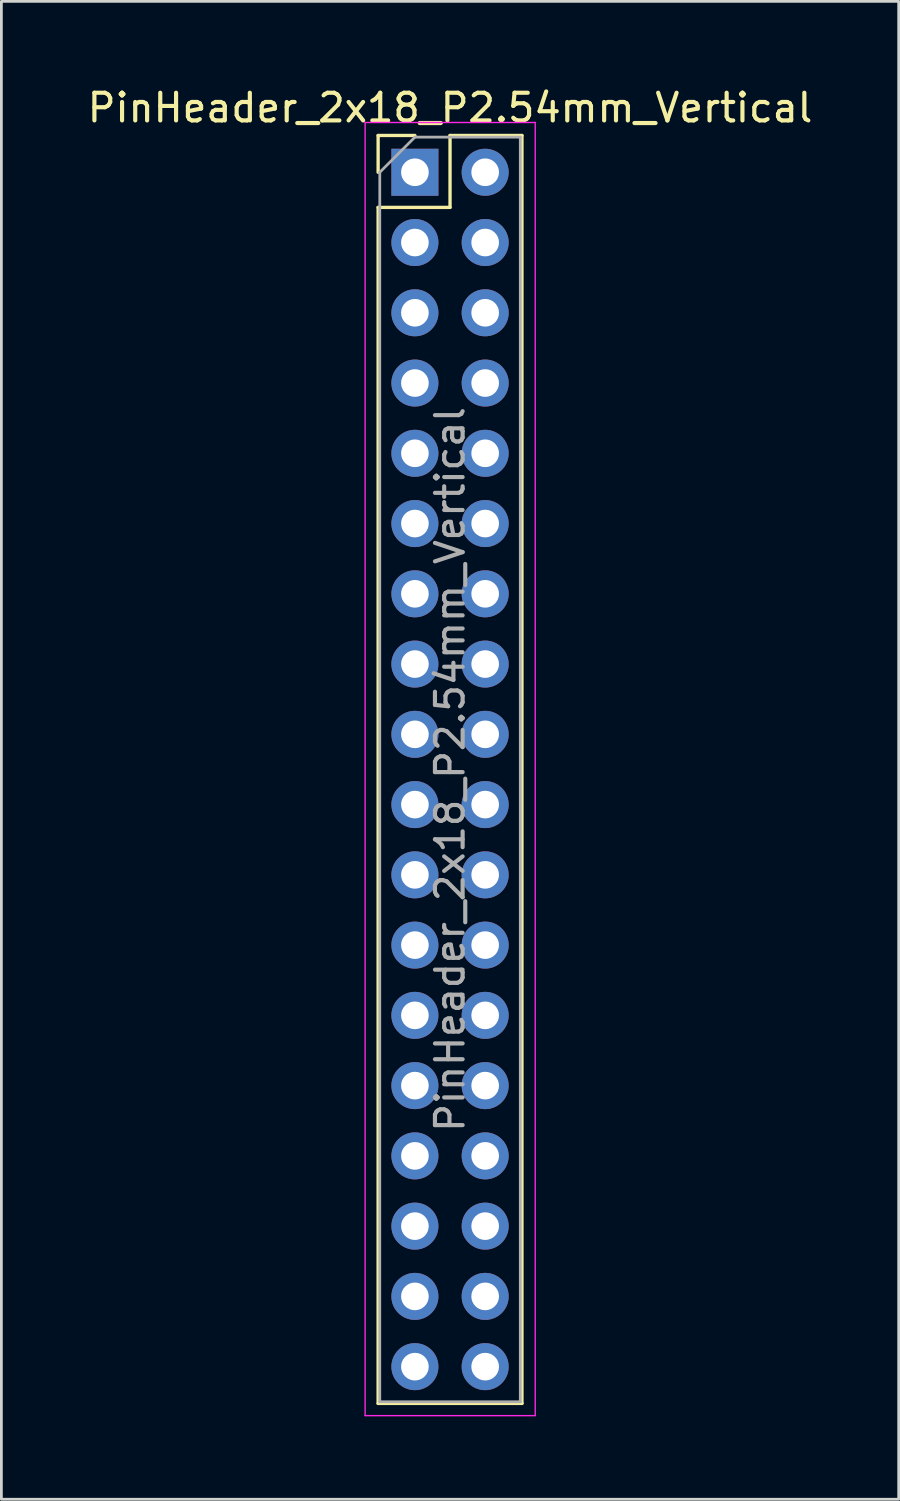
<source format=kicad_pcb>
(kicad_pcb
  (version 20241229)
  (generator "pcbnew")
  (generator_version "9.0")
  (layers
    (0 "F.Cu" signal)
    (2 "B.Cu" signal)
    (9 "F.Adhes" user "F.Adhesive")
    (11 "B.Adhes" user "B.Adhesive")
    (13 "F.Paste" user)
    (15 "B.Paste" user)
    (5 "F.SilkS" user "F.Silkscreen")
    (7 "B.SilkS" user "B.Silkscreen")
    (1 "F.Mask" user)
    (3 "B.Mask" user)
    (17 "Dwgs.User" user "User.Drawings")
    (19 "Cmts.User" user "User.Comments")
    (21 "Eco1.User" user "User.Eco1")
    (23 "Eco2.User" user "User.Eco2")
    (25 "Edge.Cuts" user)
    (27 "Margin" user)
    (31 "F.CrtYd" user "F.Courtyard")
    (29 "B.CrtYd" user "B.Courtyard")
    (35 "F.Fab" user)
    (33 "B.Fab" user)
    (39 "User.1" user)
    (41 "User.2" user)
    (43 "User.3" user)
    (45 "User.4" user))
  (footprint "PinHeader_2x18_P2.54mm_Vertical"
    (layer "F.Cu")
    (at 11.95 3.178)
    (property "Reference" "PinHeader_2x18_P2.54mm_Vertical" (at 1.27 -2.33 0) (layer "F.SilkS") (effects (font (size 1 1) (thickness 0.15))))
    (attr through_hole)
    (fp_line (start -1.33 -1.33) (end 0 -1.33) (stroke (width 0.12) (type solid)) (layer "F.SilkS"))
    (fp_line (start -1.33 0) (end -1.33 -1.33) (stroke (width 0.12) (type solid)) (layer "F.SilkS"))
    (fp_line (start -1.33 1.27) (end -1.33 44.51) (stroke (width 0.12) (type solid)) (layer "F.SilkS"))
    (fp_line (start -1.33 1.27) (end 1.27 1.27) (stroke (width 0.12) (type solid)) (layer "F.SilkS"))
    (fp_line (start -1.33 44.51) (end 3.87 44.51) (stroke (width 0.12) (type solid)) (layer "F.SilkS"))
    (fp_line (start 1.27 -1.33) (end 3.87 -1.33) (stroke (width 0.12) (type solid)) (layer "F.SilkS"))
    (fp_line (start 1.27 1.27) (end 1.27 -1.33) (stroke (width 0.12) (type solid)) (layer "F.SilkS"))
    (fp_line (start 3.87 -1.33) (end 3.87 44.51) (stroke (width 0.12) (type solid)) (layer "F.SilkS"))
    (fp_line (start -1.8 -1.8) (end -1.8 44.95) (stroke (width 0.05) (type solid)) (layer "F.CrtYd"))
    (fp_line (start -1.8 44.95) (end 4.35 44.95) (stroke (width 0.05) (type solid)) (layer "F.CrtYd"))
    (fp_line (start 4.35 -1.8) (end -1.8 -1.8) (stroke (width 0.05) (type solid)) (layer "F.CrtYd"))
    (fp_line (start 4.35 44.95) (end 4.35 -1.8) (stroke (width 0.05) (type solid)) (layer "F.CrtYd"))
    (fp_line (start -1.27 0) (end 0 -1.27) (stroke (width 0.1) (type solid)) (layer "F.Fab"))
    (fp_line (start -1.27 44.45) (end -1.27 0) (stroke (width 0.1) (type solid)) (layer "F.Fab"))
    (fp_line (start 0 -1.27) (end 3.81 -1.27) (stroke (width 0.1) (type solid)) (layer "F.Fab"))
    (fp_line (start 3.81 -1.27) (end 3.81 44.45) (stroke (width 0.1) (type solid)) (layer "F.Fab"))
    (fp_line (start 3.81 44.45) (end -1.27 44.45) (stroke (width 0.1) (type solid)) (layer "F.Fab"))
    (fp_text user "${REFERENCE}" (at 1.27 21.59 90) (layer "F.Fab") (effects (font (size 1 1) (thickness 0.15))))
    (pad "1" thru_hole rect (at 0 0) (size 1.7 1.7) (drill 1) (layers "*.Cu" "*.Mask"))
    (pad "2" thru_hole oval (at 2.54 0) (size 1.7 1.7) (drill 1) (layers "*.Cu" "*.Mask"))
    (pad "3" thru_hole oval (at 0 2.54) (size 1.7 1.7) (drill 1) (layers "*.Cu" "*.Mask"))
    (pad "4" thru_hole oval (at 2.54 2.54) (size 1.7 1.7) (drill 1) (layers "*.Cu" "*.Mask"))
    (pad "5" thru_hole oval (at 0 5.08) (size 1.7 1.7) (drill 1) (layers "*.Cu" "*.Mask"))
    (pad "6" thru_hole oval (at 2.54 5.08) (size 1.7 1.7) (drill 1) (layers "*.Cu" "*.Mask"))
    (pad "7" thru_hole oval (at 0 7.62) (size 1.7 1.7) (drill 1) (layers "*.Cu" "*.Mask"))
    (pad "8" thru_hole oval (at 2.54 7.62) (size 1.7 1.7) (drill 1) (layers "*.Cu" "*.Mask"))
    (pad "9" thru_hole oval (at 0 10.16) (size 1.7 1.7) (drill 1) (layers "*.Cu" "*.Mask"))
    (pad "10" thru_hole oval (at 2.54 10.16) (size 1.7 1.7) (drill 1) (layers "*.Cu" "*.Mask"))
    (pad "11" thru_hole oval (at 0 12.7) (size 1.7 1.7) (drill 1) (layers "*.Cu" "*.Mask"))
    (pad "12" thru_hole oval (at 2.54 12.7) (size 1.7 1.7) (drill 1) (layers "*.Cu" "*.Mask"))
    (pad "13" thru_hole oval (at 0 15.24) (size 1.7 1.7) (drill 1) (layers "*.Cu" "*.Mask"))
    (pad "14" thru_hole oval (at 2.54 15.24) (size 1.7 1.7) (drill 1) (layers "*.Cu" "*.Mask"))
    (pad "15" thru_hole oval (at 0 17.78) (size 1.7 1.7) (drill 1) (layers "*.Cu" "*.Mask"))
    (pad "16" thru_hole oval (at 2.54 17.78) (size 1.7 1.7) (drill 1) (layers "*.Cu" "*.Mask"))
    (pad "17" thru_hole oval (at 0 20.32) (size 1.7 1.7) (drill 1) (layers "*.Cu" "*.Mask"))
    (pad "18" thru_hole oval (at 2.54 20.32) (size 1.7 1.7) (drill 1) (layers "*.Cu" "*.Mask"))
    (pad "19" thru_hole oval (at 0 22.86) (size 1.7 1.7) (drill 1) (layers "*.Cu" "*.Mask"))
    (pad "20" thru_hole oval (at 2.54 22.86) (size 1.7 1.7) (drill 1) (layers "*.Cu" "*.Mask"))
    (pad "21" thru_hole oval (at 0 25.4) (size 1.7 1.7) (drill 1) (layers "*.Cu" "*.Mask"))
    (pad "22" thru_hole oval (at 2.54 25.4) (size 1.7 1.7) (drill 1) (layers "*.Cu" "*.Mask"))
    (pad "23" thru_hole oval (at 0 27.94) (size 1.7 1.7) (drill 1) (layers "*.Cu" "*.Mask"))
    (pad "24" thru_hole oval (at 2.54 27.94) (size 1.7 1.7) (drill 1) (layers "*.Cu" "*.Mask"))
    (pad "25" thru_hole oval (at 0 30.48) (size 1.7 1.7) (drill 1) (layers "*.Cu" "*.Mask"))
    (pad "26" thru_hole oval (at 2.54 30.48) (size 1.7 1.7) (drill 1) (layers "*.Cu" "*.Mask"))
    (pad "27" thru_hole oval (at 0 33.02) (size 1.7 1.7) (drill 1) (layers "*.Cu" "*.Mask"))
    (pad "28" thru_hole oval (at 2.54 33.02) (size 1.7 1.7) (drill 1) (layers "*.Cu" "*.Mask"))
    (pad "29" thru_hole oval (at 0 35.56) (size 1.7 1.7) (drill 1) (layers "*.Cu" "*.Mask"))
    (pad "30" thru_hole oval (at 2.54 35.56) (size 1.7 1.7) (drill 1) (layers "*.Cu" "*.Mask"))
    (pad "31" thru_hole oval (at 0 38.1) (size 1.7 1.7) (drill 1) (layers "*.Cu" "*.Mask"))
    (pad "32" thru_hole oval (at 2.54 38.1) (size 1.7 1.7) (drill 1) (layers "*.Cu" "*.Mask"))
    (pad "33" thru_hole oval (at 0 40.64) (size 1.7 1.7) (drill 1) (layers "*.Cu" "*.Mask"))
    (pad "34" thru_hole oval (at 2.54 40.64) (size 1.7 1.7) (drill 1) (layers "*.Cu" "*.Mask"))
    (pad "35" thru_hole oval (at 0 43.18) (size 1.7 1.7) (drill 1) (layers "*.Cu" "*.Mask"))
    (pad "36" thru_hole oval (at 2.54 43.18) (size 1.7 1.7) (drill 1) (layers "*.Cu" "*.Mask")))
  (gr_rect
    (start -3 -3)
    (end 29.44 51.153)
    (stroke (width 0.1) (type default))
    (fill no)
    (layer "Edge.Cuts")))
</source>
